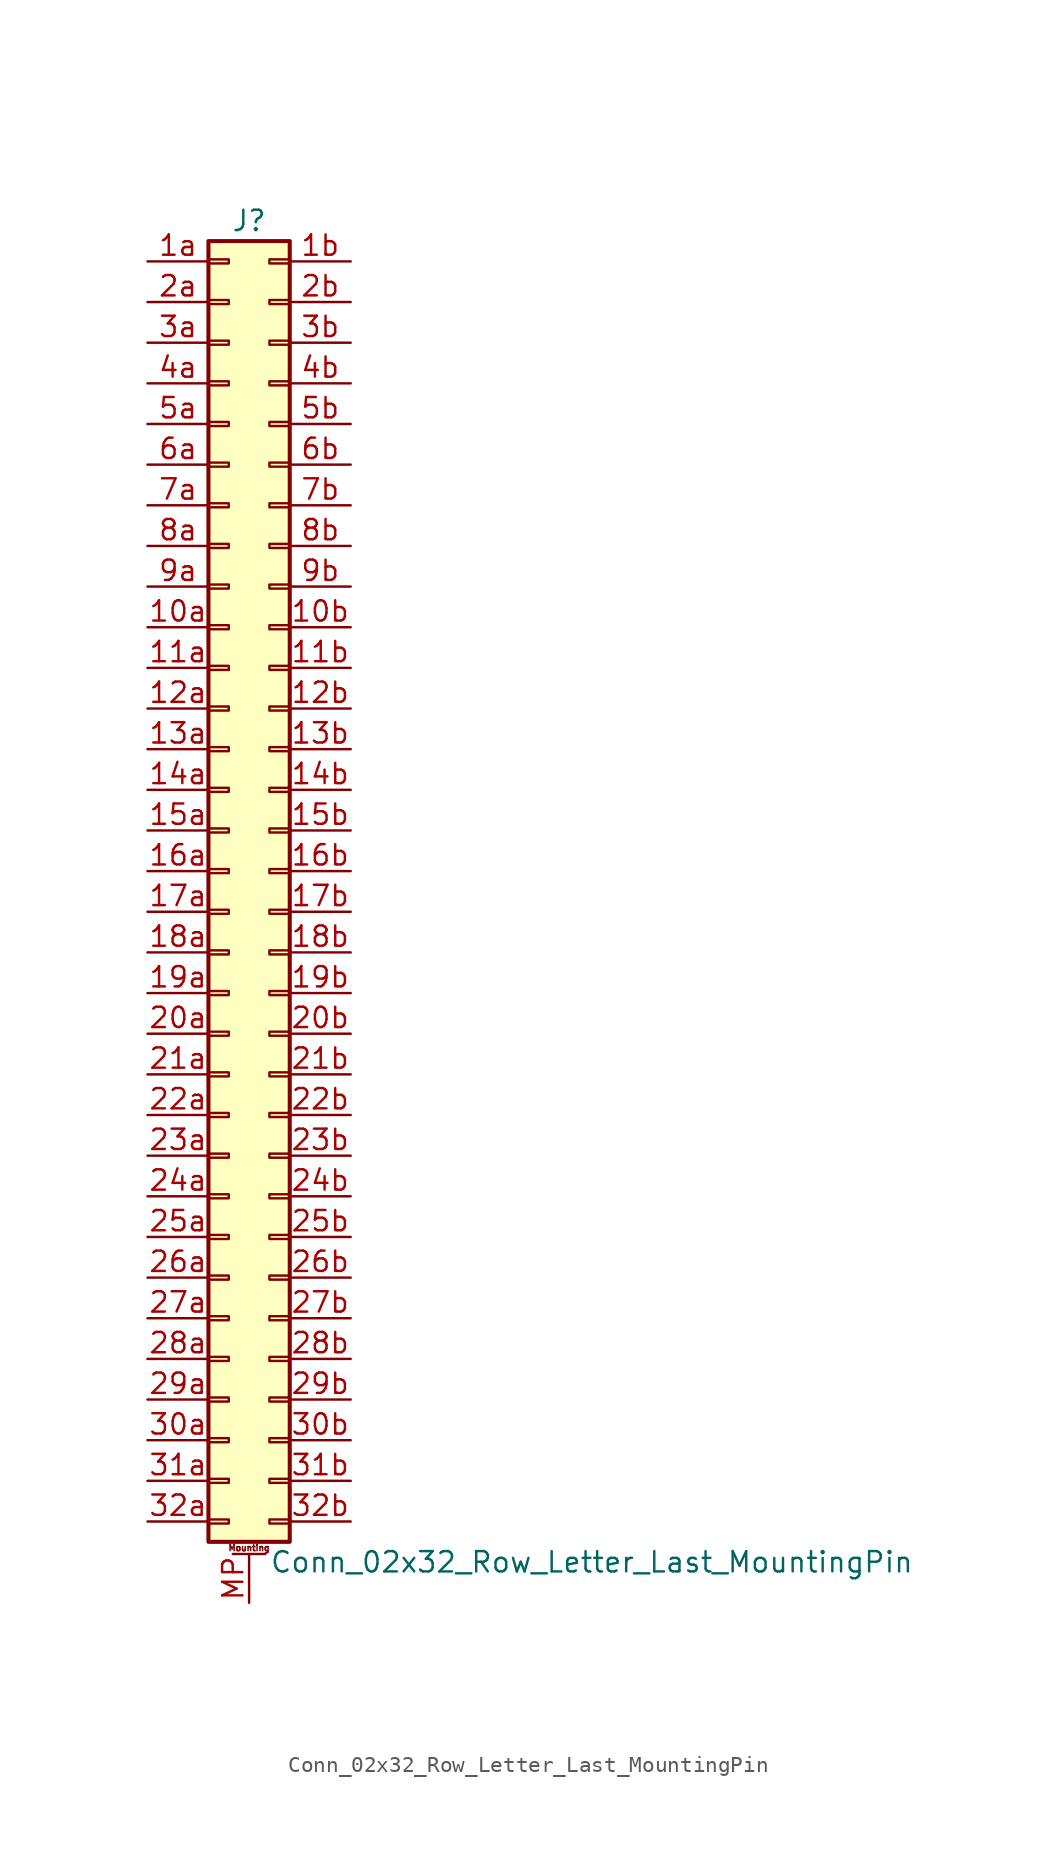
<source format=kicad_sym>
(kicad_symbol_lib
  (version 20201005)
  (generator kicad_symbol_editor)
  (symbol "Connector_Generic_MountingPin:Conn_02x32_Row_Letter_Last_MountingPin"
    (pin_names
      (offset 1.016) hide)
    (property "Reference" "J"
      (at 1.27 40.64 0)
      (effects (font (size 1.27 1.27))))
    (property "Value" "Conn_02x32_Row_Letter_Last_MountingPin"
      (at 2.54 -43.18 0)
      (effects (font (size 1.27 1.27)) (justify left)))
    (symbol "Conn_02x32_Row_Letter_Last_MountingPin_1_1"
      (text "Mounting" (at 1.27 -42.291 0) (effects (font (size 0.381 0.381))))
      (rectangle (start -1.27 -27.813) (end 0 -28.067) (stroke (width 0.152)) (fill (type none)))
      (rectangle (start -1.27 -30.353) (end 0 -30.607) (stroke (width 0.152)) (fill (type none)))
      (rectangle (start -1.27 -32.893) (end 0 -33.147) (stroke (width 0.152)) (fill (type none)))
      (rectangle (start -1.27 -35.433) (end 0 -35.687) (stroke (width 0.152)) (fill (type none)))
      (rectangle (start -1.27 -37.973) (end 0 -38.227) (stroke (width 0.152)) (fill (type none)))
      (rectangle (start -1.27 -40.513) (end 0 -40.767) (stroke (width 0.152)) (fill (type none)))
      (rectangle (start -1.27 -4.953) (end 0 -5.207) (stroke (width 0.152)) (fill (type none)))
      (rectangle (start -1.27 -7.493) (end 0 -7.747) (stroke (width 0.152)) (fill (type none)))
      (rectangle (start -1.27 -10.033) (end 0 -10.287) (stroke (width 0.152)) (fill (type none)))
      (rectangle (start -1.27 -12.573) (end 0 -12.827) (stroke (width 0.152)) (fill (type none)))
      (rectangle (start -1.27 -15.113) (end 0 -15.367) (stroke (width 0.152)) (fill (type none)))
      (rectangle (start -1.27 -17.653) (end 0 -17.907) (stroke (width 0.152)) (fill (type none)))
      (rectangle (start -1.27 -20.193) (end 0 -20.447) (stroke (width 0.152)) (fill (type none)))
      (rectangle (start -1.27 -22.733) (end 0 -22.987) (stroke (width 0.152)) (fill (type none)))
      (rectangle (start -1.27 -2.413) (end 0 -2.667) (stroke (width 0.152)) (fill (type none)))
      (rectangle (start -1.27 -25.273) (end 0 -25.527) (stroke (width 0.152)) (fill (type none)))
      (rectangle (start -1.27 25.527) (end 0 25.273) (stroke (width 0.152)) (fill (type none)))
      (rectangle (start -1.27 2.667) (end 0 2.413) (stroke (width 0.152)) (fill (type none)))
      (rectangle (start -1.27 28.067) (end 0 27.813) (stroke (width 0.152)) (fill (type none)))
      (rectangle (start -1.27 30.607) (end 0 30.353) (stroke (width 0.152)) (fill (type none)))
      (rectangle (start -1.27 33.147) (end 0 32.893) (stroke (width 0.152)) (fill (type none)))
      (rectangle (start -1.27 35.687) (end 0 35.433) (stroke (width 0.152)) (fill (type none)))
      (rectangle (start -1.27 38.227) (end 0 37.973) (stroke (width 0.152)) (fill (type none)))
      (rectangle (start -1.27 39.37) (end 3.81 -41.91) (stroke (width 0.254)) (fill (type background)))
      (rectangle (start -1.27 5.207) (end 0 4.953) (stroke (width 0.152)) (fill (type none)))
      (rectangle (start -1.27 7.747) (end 0 7.493) (stroke (width 0.152)) (fill (type none)))
      (rectangle (start -1.27 10.287) (end 0 10.033) (stroke (width 0.152)) (fill (type none)))
      (rectangle (start -1.27 0.127) (end 0 -0.127) (stroke (width 0.152)) (fill (type none)))
      (rectangle (start -1.27 12.827) (end 0 12.573) (stroke (width 0.152)) (fill (type none)))
      (rectangle (start -1.27 15.367) (end 0 15.113) (stroke (width 0.152)) (fill (type none)))
      (rectangle (start -1.27 17.907) (end 0 17.653) (stroke (width 0.152)) (fill (type none)))
      (rectangle (start -1.27 20.447) (end 0 20.193) (stroke (width 0.152)) (fill (type none)))
      (rectangle (start -1.27 22.987) (end 0 22.733) (stroke (width 0.152)) (fill (type none)))
      (rectangle (start 3.81 -27.813) (end 2.54 -28.067) (stroke (width 0.152)) (fill (type none)))
      (rectangle (start 3.81 -30.353) (end 2.54 -30.607) (stroke (width 0.152)) (fill (type none)))
      (rectangle (start 3.81 -32.893) (end 2.54 -33.147) (stroke (width 0.152)) (fill (type none)))
      (rectangle (start 3.81 -35.433) (end 2.54 -35.687) (stroke (width 0.152)) (fill (type none)))
      (rectangle (start 3.81 -37.973) (end 2.54 -38.227) (stroke (width 0.152)) (fill (type none)))
      (rectangle (start 3.81 -40.513) (end 2.54 -40.767) (stroke (width 0.152)) (fill (type none)))
      (rectangle (start 3.81 -4.953) (end 2.54 -5.207) (stroke (width 0.152)) (fill (type none)))
      (rectangle (start 3.81 -7.493) (end 2.54 -7.747) (stroke (width 0.152)) (fill (type none)))
      (rectangle (start 3.81 -10.033) (end 2.54 -10.287) (stroke (width 0.152)) (fill (type none)))
      (rectangle (start 3.81 -12.573) (end 2.54 -12.827) (stroke (width 0.152)) (fill (type none)))
      (rectangle (start 3.81 -15.113) (end 2.54 -15.367) (stroke (width 0.152)) (fill (type none)))
      (rectangle (start 3.81 -17.653) (end 2.54 -17.907) (stroke (width 0.152)) (fill (type none)))
      (rectangle (start 3.81 -20.193) (end 2.54 -20.447) (stroke (width 0.152)) (fill (type none)))
      (rectangle (start 3.81 -22.733) (end 2.54 -22.987) (stroke (width 0.152)) (fill (type none)))
      (rectangle (start 3.81 -2.413) (end 2.54 -2.667) (stroke (width 0.152)) (fill (type none)))
      (rectangle (start 3.81 -25.273) (end 2.54 -25.527) (stroke (width 0.152)) (fill (type none)))
      (rectangle (start 3.81 25.527) (end 2.54 25.273) (stroke (width 0.152)) (fill (type none)))
      (rectangle (start 3.81 2.667) (end 2.54 2.413) (stroke (width 0.152)) (fill (type none)))
      (rectangle (start 3.81 28.067) (end 2.54 27.813) (stroke (width 0.152)) (fill (type none)))
      (rectangle (start 3.81 30.607) (end 2.54 30.353) (stroke (width 0.152)) (fill (type none)))
      (rectangle (start 3.81 33.147) (end 2.54 32.893) (stroke (width 0.152)) (fill (type none)))
      (rectangle (start 3.81 35.687) (end 2.54 35.433) (stroke (width 0.152)) (fill (type none)))
      (rectangle (start 3.81 38.227) (end 2.54 37.973) (stroke (width 0.152)) (fill (type none)))
      (rectangle (start 3.81 5.207) (end 2.54 4.953) (stroke (width 0.152)) (fill (type none)))
      (rectangle (start 3.81 7.747) (end 2.54 7.493) (stroke (width 0.152)) (fill (type none)))
      (rectangle (start 3.81 10.287) (end 2.54 10.033) (stroke (width 0.152)) (fill (type none)))
      (rectangle (start 3.81 0.127) (end 2.54 -0.127) (stroke (width 0.152)) (fill (type none)))
      (rectangle (start 3.81 12.827) (end 2.54 12.573) (stroke (width 0.152)) (fill (type none)))
      (rectangle (start 3.81 15.367) (end 2.54 15.113) (stroke (width 0.152)) (fill (type none)))
      (rectangle (start 3.81 17.907) (end 2.54 17.653) (stroke (width 0.152)) (fill (type none)))
      (rectangle (start 3.81 20.447) (end 2.54 20.193) (stroke (width 0.152)) (fill (type none)))
      (rectangle (start 3.81 22.987) (end 2.54 22.733) (stroke (width 0.152)) (fill (type none)))
      (polyline (pts (xy 0.254 -42.672) (xy 2.286 -42.672)) (stroke (width 0.152)) (fill (type none)))
      (pin passive line (at 1.27 -45.72 90) (length 3.048) (name "MountPin" (effects (font (size 1.27 1.27)))) (number "MP" (effects (font (size 1.27 1.27)))))
      (pin passive line (at -5.08 15.24 0) (length 3.81) (name "Pin_10a" (effects (font (size 1.27 1.27)))) (number "10a" (effects (font (size 1.27 1.27)))))
      (pin passive line (at 7.62 15.24 180) (length 3.81) (name "Pin_10b" (effects (font (size 1.27 1.27)))) (number "10b" (effects (font (size 1.27 1.27)))))
      (pin passive line (at -5.08 12.7 0) (length 3.81) (name "Pin_11a" (effects (font (size 1.27 1.27)))) (number "11a" (effects (font (size 1.27 1.27)))))
      (pin passive line (at 7.62 12.7 180) (length 3.81) (name "Pin_11b" (effects (font (size 1.27 1.27)))) (number "11b" (effects (font (size 1.27 1.27)))))
      (pin passive line (at -5.08 10.16 0) (length 3.81) (name "Pin_12a" (effects (font (size 1.27 1.27)))) (number "12a" (effects (font (size 1.27 1.27)))))
      (pin passive line (at 7.62 10.16 180) (length 3.81) (name "Pin_12b" (effects (font (size 1.27 1.27)))) (number "12b" (effects (font (size 1.27 1.27)))))
      (pin passive line (at -5.08 7.62 0) (length 3.81) (name "Pin_13a" (effects (font (size 1.27 1.27)))) (number "13a" (effects (font (size 1.27 1.27)))))
      (pin passive line (at 7.62 7.62 180) (length 3.81) (name "Pin_13b" (effects (font (size 1.27 1.27)))) (number "13b" (effects (font (size 1.27 1.27)))))
      (pin passive line (at -5.08 5.08 0) (length 3.81) (name "Pin_14a" (effects (font (size 1.27 1.27)))) (number "14a" (effects (font (size 1.27 1.27)))))
      (pin passive line (at 7.62 5.08 180) (length 3.81) (name "Pin_14b" (effects (font (size 1.27 1.27)))) (number "14b" (effects (font (size 1.27 1.27)))))
      (pin passive line (at -5.08 2.54 0) (length 3.81) (name "Pin_15a" (effects (font (size 1.27 1.27)))) (number "15a" (effects (font (size 1.27 1.27)))))
      (pin passive line (at 7.62 2.54 180) (length 3.81) (name "Pin_15b" (effects (font (size 1.27 1.27)))) (number "15b" (effects (font (size 1.27 1.27)))))
      (pin passive line (at -5.08 0 0) (length 3.81) (name "Pin_16a" (effects (font (size 1.27 1.27)))) (number "16a" (effects (font (size 1.27 1.27)))))
      (pin passive line (at 7.62 0 180) (length 3.81) (name "Pin_16b" (effects (font (size 1.27 1.27)))) (number "16b" (effects (font (size 1.27 1.27)))))
      (pin passive line (at -5.08 -2.54 0) (length 3.81) (name "Pin_17a" (effects (font (size 1.27 1.27)))) (number "17a" (effects (font (size 1.27 1.27)))))
      (pin passive line (at 7.62 -2.54 180) (length 3.81) (name "Pin_17b" (effects (font (size 1.27 1.27)))) (number "17b" (effects (font (size 1.27 1.27)))))
      (pin passive line (at -5.08 -5.08 0) (length 3.81) (name "Pin_18a" (effects (font (size 1.27 1.27)))) (number "18a" (effects (font (size 1.27 1.27)))))
      (pin passive line (at 7.62 -5.08 180) (length 3.81) (name "Pin_18b" (effects (font (size 1.27 1.27)))) (number "18b" (effects (font (size 1.27 1.27)))))
      (pin passive line (at -5.08 -7.62 0) (length 3.81) (name "Pin_19a" (effects (font (size 1.27 1.27)))) (number "19a" (effects (font (size 1.27 1.27)))))
      (pin passive line (at 7.62 -7.62 180) (length 3.81) (name "Pin_19b" (effects (font (size 1.27 1.27)))) (number "19b" (effects (font (size 1.27 1.27)))))
      (pin passive line (at -5.08 38.1 0) (length 3.81) (name "Pin_1a" (effects (font (size 1.27 1.27)))) (number "1a" (effects (font (size 1.27 1.27)))))
      (pin passive line (at 7.62 38.1 180) (length 3.81) (name "Pin_1b" (effects (font (size 1.27 1.27)))) (number "1b" (effects (font (size 1.27 1.27)))))
      (pin passive line (at -5.08 -10.16 0) (length 3.81) (name "Pin_20a" (effects (font (size 1.27 1.27)))) (number "20a" (effects (font (size 1.27 1.27)))))
      (pin passive line (at 7.62 -10.16 180) (length 3.81) (name "Pin_20b" (effects (font (size 1.27 1.27)))) (number "20b" (effects (font (size 1.27 1.27)))))
      (pin passive line (at -5.08 -12.7 0) (length 3.81) (name "Pin_21a" (effects (font (size 1.27 1.27)))) (number "21a" (effects (font (size 1.27 1.27)))))
      (pin passive line (at 7.62 -12.7 180) (length 3.81) (name "Pin_21b" (effects (font (size 1.27 1.27)))) (number "21b" (effects (font (size 1.27 1.27)))))
      (pin passive line (at -5.08 -15.24 0) (length 3.81) (name "Pin_22a" (effects (font (size 1.27 1.27)))) (number "22a" (effects (font (size 1.27 1.27)))))
      (pin passive line (at 7.62 -15.24 180) (length 3.81) (name "Pin_22b" (effects (font (size 1.27 1.27)))) (number "22b" (effects (font (size 1.27 1.27)))))
      (pin passive line (at -5.08 -17.78 0) (length 3.81) (name "Pin_23a" (effects (font (size 1.27 1.27)))) (number "23a" (effects (font (size 1.27 1.27)))))
      (pin passive line (at 7.62 -17.78 180) (length 3.81) (name "Pin_23b" (effects (font (size 1.27 1.27)))) (number "23b" (effects (font (size 1.27 1.27)))))
      (pin passive line (at -5.08 -20.32 0) (length 3.81) (name "Pin_24a" (effects (font (size 1.27 1.27)))) (number "24a" (effects (font (size 1.27 1.27)))))
      (pin passive line (at 7.62 -20.32 180) (length 3.81) (name "Pin_24b" (effects (font (size 1.27 1.27)))) (number "24b" (effects (font (size 1.27 1.27)))))
      (pin passive line (at -5.08 -22.86 0) (length 3.81) (name "Pin_25a" (effects (font (size 1.27 1.27)))) (number "25a" (effects (font (size 1.27 1.27)))))
      (pin passive line (at 7.62 -22.86 180) (length 3.81) (name "Pin_25b" (effects (font (size 1.27 1.27)))) (number "25b" (effects (font (size 1.27 1.27)))))
      (pin passive line (at -5.08 -25.4 0) (length 3.81) (name "Pin_26a" (effects (font (size 1.27 1.27)))) (number "26a" (effects (font (size 1.27 1.27)))))
      (pin passive line (at 7.62 -25.4 180) (length 3.81) (name "Pin_26b" (effects (font (size 1.27 1.27)))) (number "26b" (effects (font (size 1.27 1.27)))))
      (pin passive line (at -5.08 -27.94 0) (length 3.81) (name "Pin_27a" (effects (font (size 1.27 1.27)))) (number "27a" (effects (font (size 1.27 1.27)))))
      (pin passive line (at 7.62 -27.94 180) (length 3.81) (name "Pin_27b" (effects (font (size 1.27 1.27)))) (number "27b" (effects (font (size 1.27 1.27)))))
      (pin passive line (at -5.08 -30.48 0) (length 3.81) (name "Pin_28a" (effects (font (size 1.27 1.27)))) (number "28a" (effects (font (size 1.27 1.27)))))
      (pin passive line (at 7.62 -30.48 180) (length 3.81) (name "Pin_28b" (effects (font (size 1.27 1.27)))) (number "28b" (effects (font (size 1.27 1.27)))))
      (pin passive line (at -5.08 -33.02 0) (length 3.81) (name "Pin_29a" (effects (font (size 1.27 1.27)))) (number "29a" (effects (font (size 1.27 1.27)))))
      (pin passive line (at 7.62 -33.02 180) (length 3.81) (name "Pin_29b" (effects (font (size 1.27 1.27)))) (number "29b" (effects (font (size 1.27 1.27)))))
      (pin passive line (at -5.08 35.56 0) (length 3.81) (name "Pin_2a" (effects (font (size 1.27 1.27)))) (number "2a" (effects (font (size 1.27 1.27)))))
      (pin passive line (at 7.62 35.56 180) (length 3.81) (name "Pin_2b" (effects (font (size 1.27 1.27)))) (number "2b" (effects (font (size 1.27 1.27)))))
      (pin passive line (at -5.08 -35.56 0) (length 3.81) (name "Pin_30a" (effects (font (size 1.27 1.27)))) (number "30a" (effects (font (size 1.27 1.27)))))
      (pin passive line (at 7.62 -35.56 180) (length 3.81) (name "Pin_30b" (effects (font (size 1.27 1.27)))) (number "30b" (effects (font (size 1.27 1.27)))))
      (pin passive line (at -5.08 -38.1 0) (length 3.81) (name "Pin_31a" (effects (font (size 1.27 1.27)))) (number "31a" (effects (font (size 1.27 1.27)))))
      (pin passive line (at 7.62 -38.1 180) (length 3.81) (name "Pin_31b" (effects (font (size 1.27 1.27)))) (number "31b" (effects (font (size 1.27 1.27)))))
      (pin passive line (at -5.08 -40.64 0) (length 3.81) (name "Pin_32a" (effects (font (size 1.27 1.27)))) (number "32a" (effects (font (size 1.27 1.27)))))
      (pin passive line (at 7.62 -40.64 180) (length 3.81) (name "Pin_32b" (effects (font (size 1.27 1.27)))) (number "32b" (effects (font (size 1.27 1.27)))))
      (pin passive line (at -5.08 33.02 0) (length 3.81) (name "Pin_3a" (effects (font (size 1.27 1.27)))) (number "3a" (effects (font (size 1.27 1.27)))))
      (pin passive line (at 7.62 33.02 180) (length 3.81) (name "Pin_3b" (effects (font (size 1.27 1.27)))) (number "3b" (effects (font (size 1.27 1.27)))))
      (pin passive line (at -5.08 30.48 0) (length 3.81) (name "Pin_4a" (effects (font (size 1.27 1.27)))) (number "4a" (effects (font (size 1.27 1.27)))))
      (pin passive line (at 7.62 30.48 180) (length 3.81) (name "Pin_4b" (effects (font (size 1.27 1.27)))) (number "4b" (effects (font (size 1.27 1.27)))))
      (pin passive line (at -5.08 27.94 0) (length 3.81) (name "Pin_5a" (effects (font (size 1.27 1.27)))) (number "5a" (effects (font (size 1.27 1.27)))))
      (pin passive line (at 7.62 27.94 180) (length 3.81) (name "Pin_5b" (effects (font (size 1.27 1.27)))) (number "5b" (effects (font (size 1.27 1.27)))))
      (pin passive line (at -5.08 25.4 0) (length 3.81) (name "Pin_6a" (effects (font (size 1.27 1.27)))) (number "6a" (effects (font (size 1.27 1.27)))))
      (pin passive line (at 7.62 25.4 180) (length 3.81) (name "Pin_6b" (effects (font (size 1.27 1.27)))) (number "6b" (effects (font (size 1.27 1.27)))))
      (pin passive line (at -5.08 22.86 0) (length 3.81) (name "Pin_7a" (effects (font (size 1.27 1.27)))) (number "7a" (effects (font (size 1.27 1.27)))))
      (pin passive line (at 7.62 22.86 180) (length 3.81) (name "Pin_7b" (effects (font (size 1.27 1.27)))) (number "7b" (effects (font (size 1.27 1.27)))))
      (pin passive line (at -5.08 20.32 0) (length 3.81) (name "Pin_8a" (effects (font (size 1.27 1.27)))) (number "8a" (effects (font (size 1.27 1.27)))))
      (pin passive line (at 7.62 20.32 180) (length 3.81) (name "Pin_8b" (effects (font (size 1.27 1.27)))) (number "8b" (effects (font (size 1.27 1.27)))))
      (pin passive line (at -5.08 17.78 0) (length 3.81) (name "Pin_9a" (effects (font (size 1.27 1.27)))) (number "9a" (effects (font (size 1.27 1.27)))))
      (pin passive line (at 7.62 17.78 180) (length 3.81) (name "Pin_9b" (effects (font (size 1.27 1.27)))) (number "9b" (effects (font (size 1.27 1.27))))))))
</source>
